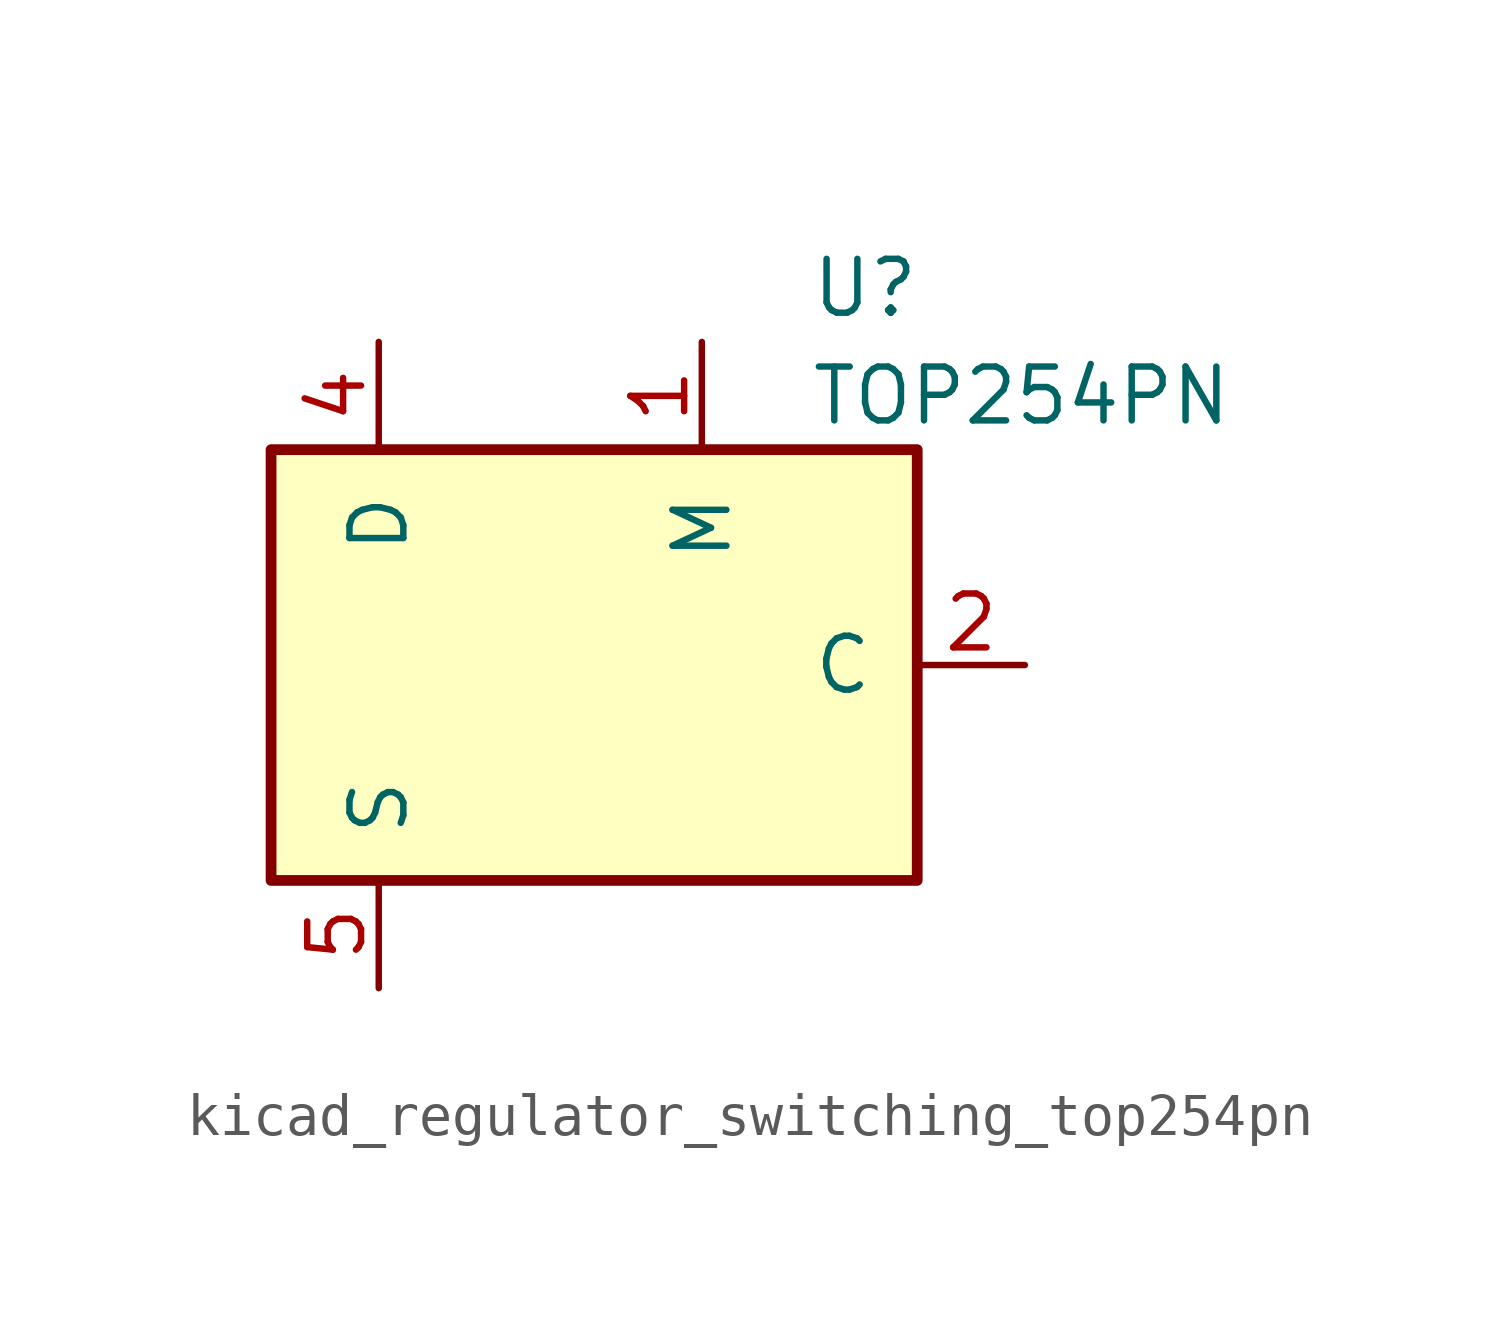
<source format=kicad_sym>
(kicad_symbol_lib
  (version 20220914)
  (generator kicad_symbol_editor)
  (symbol "kicad_regulator_switching_top254pn"
    (pin_names
      (offset 1.016))
    (property "Reference" "U"
      (at 5.08 8.89 0)
      (effects (font (size 1.27 1.27)) (justify left)))
    (property "Value" "TOP254PN"
      (at 5.08 6.35 0)
      (effects (font (size 1.27 1.27)) (justify left)))
    (symbol "kicad_regulator_switching_top254pn_0_1"
      (rectangle (start -7.62 5.08) (end 7.62 -5.08) (stroke (width 0.254) (type default)) (fill (type background))))
    (symbol "kicad_regulator_switching_top254pn_1_1"
      (pin input line (at 2.54 7.62 270) (length 2.54) (name "M" (effects (font (size 1.27 1.27)))) (number "1" (effects (font (size 1.27 1.27)))))
      (pin input line (at 10.16 0 180) (length 2.54) (name "C" (effects (font (size 1.27 1.27)))) (number "2" (effects (font (size 1.27 1.27)))))
      (pin open_collector line (at -5.08 7.62 270) (length 2.54) (name "D" (effects (font (size 1.27 1.27)))) (number "4" (effects (font (size 1.27 1.27)))))
      (pin power_in line (at -5.08 -7.62 90) (length 2.54) (name "S" (effects (font (size 1.27 1.27)))) (number "5" (effects (font (size 1.27 1.27)))))
      (pin passive line (at -5.08 -7.62 90) (length 2.54) hide (name "S" (effects (font (size 1.27 1.27)))) (number "6" (effects (font (size 1.27 1.27)))))
      (pin passive line (at -5.08 -7.62 90) (length 2.54) hide (name "S" (effects (font (size 1.27 1.27)))) (number "7" (effects (font (size 1.27 1.27)))))
      (pin passive line (at -5.08 -7.62 90) (length 2.54) hide (name "S" (effects (font (size 1.27 1.27)))) (number "8" (effects (font (size 1.27 1.27))))))))
</source>
